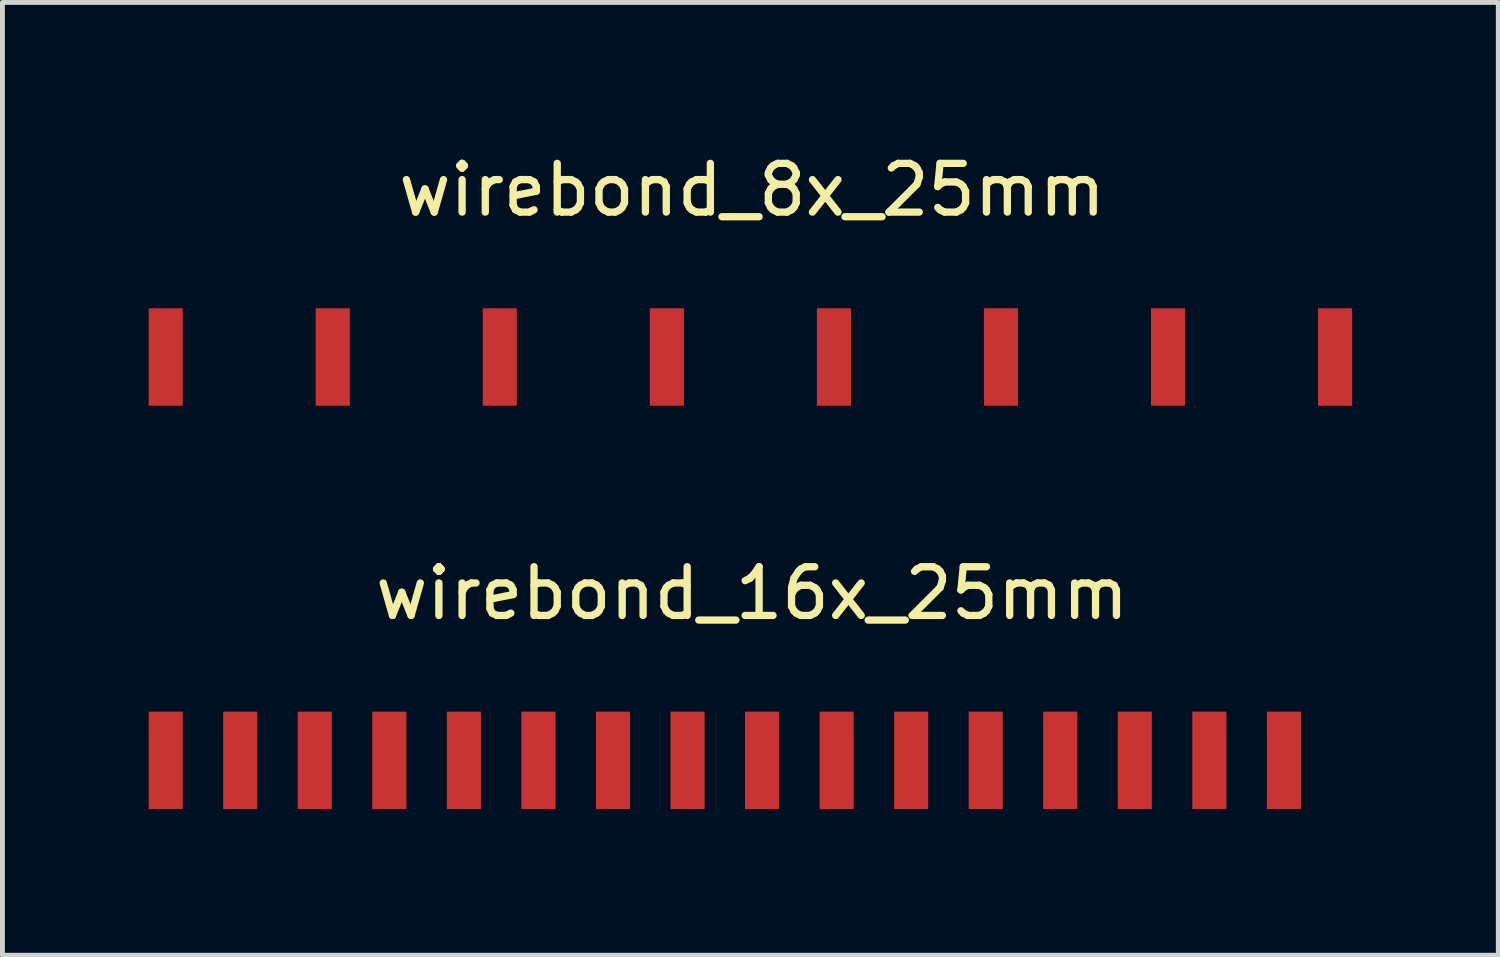
<source format=kicad_pcb>
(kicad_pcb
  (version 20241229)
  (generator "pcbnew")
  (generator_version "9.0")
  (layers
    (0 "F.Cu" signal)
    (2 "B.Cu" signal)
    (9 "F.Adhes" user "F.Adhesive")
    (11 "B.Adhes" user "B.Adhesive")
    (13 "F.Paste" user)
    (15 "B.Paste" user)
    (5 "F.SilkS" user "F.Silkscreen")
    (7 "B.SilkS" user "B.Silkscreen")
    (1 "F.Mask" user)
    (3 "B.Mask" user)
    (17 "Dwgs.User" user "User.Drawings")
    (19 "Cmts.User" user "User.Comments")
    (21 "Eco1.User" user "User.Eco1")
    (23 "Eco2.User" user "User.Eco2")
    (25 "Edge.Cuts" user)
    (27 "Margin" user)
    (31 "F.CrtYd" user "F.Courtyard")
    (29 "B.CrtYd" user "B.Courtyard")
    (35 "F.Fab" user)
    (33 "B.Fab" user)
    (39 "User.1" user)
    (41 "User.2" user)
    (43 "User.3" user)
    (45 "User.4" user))
  (footprint "wirebond_8x_25mm"
    (layer "F.Cu")
    (at 12.386 4.277)
    (property "Reference" "wirebond_8x_25mm" (at 0 -3.429 0) (layer "F.SilkS") (effects (font (size 1 1) (thickness 0.15))))
    (attr through_hole)
    (pad "1" smd rect (at -12.036 0) (size 0.7 2) (layers "F.Cu" "F.Mask" "F.Paste"))
    (pad "2" smd rect (at -8.607 0) (size 0.7 2) (layers "F.Cu" "F.Mask" "F.Paste"))
    (pad "3" smd rect (at -5.179 0) (size 0.7 2) (layers "F.Cu" "F.Mask" "F.Paste"))
    (pad "4" smd rect (at -1.75 0) (size 0.7 2) (layers "F.Cu" "F.Mask" "F.Paste"))
    (pad "5" smd rect (at 1.679 0) (size 0.7 2) (layers "F.Cu" "F.Mask" "F.Paste"))
    (pad "6" smd rect (at 5.107 0) (size 0.7 2) (layers "F.Cu" "F.Mask" "F.Paste"))
    (pad "7" smd rect (at 8.536 0) (size 0.7 2) (layers "F.Cu" "F.Mask" "F.Paste"))
    (pad "8" smd rect (at 11.964 0) (size 0.7 2) (layers "F.Cu" "F.Mask" "F.Paste")))
  (footprint "wirebond_16x_25mm"
    (layer "F.Cu")
    (at 12.386 12.555)
    (property "Reference" "wirebond_16x_25mm" (at 0 -3.429 0) (layer "F.SilkS") (effects (font (size 1 1) (thickness 0.15))))
    (attr through_hole)
    (pad "1" smd rect (at -12.036 0) (size 0.7 2) (layers "F.Cu" "F.Mask" "F.Paste"))
    (pad "2" smd rect (at -10.506 0) (size 0.7 2) (layers "F.Cu" "F.Mask" "F.Paste"))
    (pad "3" smd rect (at -8.976 0) (size 0.7 2) (layers "F.Cu" "F.Mask" "F.Paste"))
    (pad "4" smd rect (at -7.446 0) (size 0.7 2) (layers "F.Cu" "F.Mask" "F.Paste"))
    (pad "5" smd rect (at -5.916 0) (size 0.7 2) (layers "F.Cu" "F.Mask" "F.Paste"))
    (pad "6" smd rect (at -4.386 0) (size 0.7 2) (layers "F.Cu" "F.Mask" "F.Paste"))
    (pad "7" smd rect (at -2.856 0) (size 0.7 2) (layers "F.Cu" "F.Mask" "F.Paste"))
    (pad "8" smd rect (at -1.326 0) (size 0.7 2) (layers "F.Cu" "F.Mask" "F.Paste"))
    (pad "9" smd rect (at 0.204 0) (size 0.7 2) (layers "F.Cu" "F.Mask" "F.Paste"))
    (pad "10" smd rect (at 1.734 0) (size 0.7 2) (layers "F.Cu" "F.Mask" "F.Paste"))
    (pad "11" smd rect (at 3.264 0) (size 0.7 2) (layers "F.Cu" "F.Mask" "F.Paste"))
    (pad "12" smd rect (at 4.794 0) (size 0.7 2) (layers "F.Cu" "F.Mask" "F.Paste"))
    (pad "13" smd rect (at 6.324 0) (size 0.7 2) (layers "F.Cu" "F.Mask" "F.Paste"))
    (pad "14" smd rect (at 7.854 0) (size 0.7 2) (layers "F.Cu" "F.Mask" "F.Paste"))
    (pad "15" smd rect (at 9.384 0) (size 0.7 2) (layers "F.Cu" "F.Mask" "F.Paste"))
    (pad "16" smd rect (at 10.914 0) (size 0.7 2) (layers "F.Cu" "F.Mask" "F.Paste")))
  (gr_rect
    (start -3 -3)
    (end 27.7 16.555)
    (stroke (width 0.1) (type default))
    (fill no)
    (layer "Edge.Cuts")))
</source>
